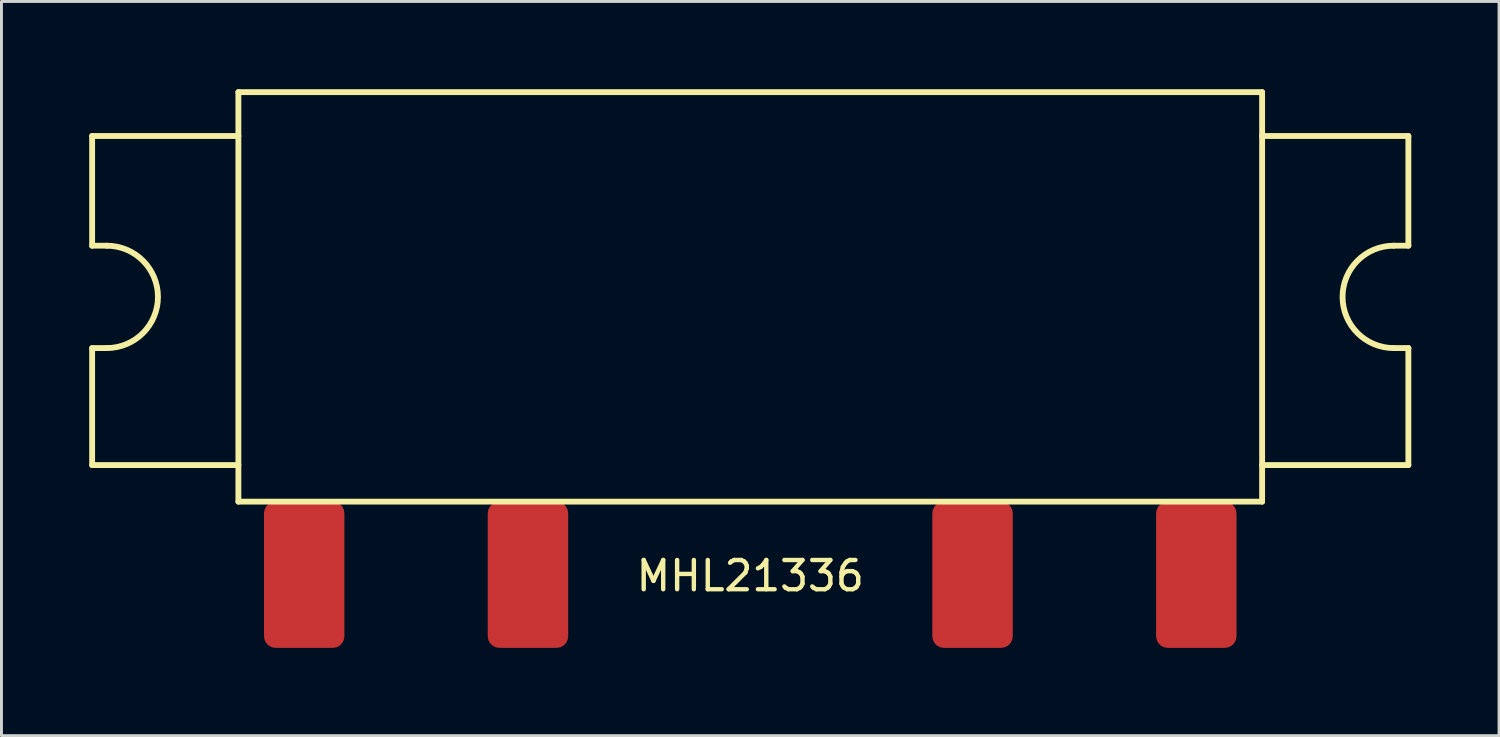
<source format=kicad_pcb>
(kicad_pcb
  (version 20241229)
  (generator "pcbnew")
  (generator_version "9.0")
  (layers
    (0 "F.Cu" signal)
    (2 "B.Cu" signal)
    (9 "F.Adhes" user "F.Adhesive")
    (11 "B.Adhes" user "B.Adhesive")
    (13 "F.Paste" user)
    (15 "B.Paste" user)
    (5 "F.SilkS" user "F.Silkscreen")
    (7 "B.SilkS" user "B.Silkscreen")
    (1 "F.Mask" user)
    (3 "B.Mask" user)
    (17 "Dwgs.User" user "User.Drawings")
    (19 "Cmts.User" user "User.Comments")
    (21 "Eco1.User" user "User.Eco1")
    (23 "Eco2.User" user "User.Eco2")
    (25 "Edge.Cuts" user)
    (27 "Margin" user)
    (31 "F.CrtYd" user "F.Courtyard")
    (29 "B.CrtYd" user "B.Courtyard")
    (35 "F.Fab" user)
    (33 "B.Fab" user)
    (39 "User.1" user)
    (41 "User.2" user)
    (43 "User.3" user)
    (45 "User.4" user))
  (footprint "MHL21336"
    (layer "F.Cu")
    (at 22.6 14.1)
    (property "Reference" "MHL21336" (at 0 2.54 0) (layer "F.SilkS") (effects (font (size 1 1) (thickness 0.15))))
    (attr through_hole)
    (fp_line (start -22.5 -12.5) (end -22.5 -8.75) (stroke (width 0.2) (type solid)) (layer "F.SilkS"))
    (fp_line (start -22.5 -8.75) (end -22 -8.75) (stroke (width 0.2) (type solid)) (layer "F.SilkS"))
    (fp_line (start -22.5 -5.25) (end -22 -5.25) (stroke (width 0.2) (type solid)) (layer "F.SilkS"))
    (fp_line (start -22.5 -1.25) (end -22.5 -5.25) (stroke (width 0.2) (type solid)) (layer "F.SilkS"))
    (fp_line (start -22.5 -1.25) (end -17.5 -1.25) (stroke (width 0.2) (type solid)) (layer "F.SilkS"))
    (fp_line (start -17.5 -14) (end -17.5 0) (stroke (width 0.2) (type solid)) (layer "F.SilkS"))
    (fp_line (start -17.5 -12.5) (end -22.5 -12.5) (stroke (width 0.2) (type solid)) (layer "F.SilkS"))
    (fp_line (start -17.5 0) (end 17.5 0) (stroke (width 0.2) (type solid)) (layer "F.SilkS"))
    (fp_line (start 17.5 -14) (end -17.5 -14) (stroke (width 0.2) (type solid)) (layer "F.SilkS"))
    (fp_line (start 17.5 -12.5) (end 22.5 -12.5) (stroke (width 0.2) (type solid)) (layer "F.SilkS"))
    (fp_line (start 17.5 -1.25) (end 22.5 -1.25) (stroke (width 0.2) (type solid)) (layer "F.SilkS"))
    (fp_line (start 17.5 0) (end 17.5 -14) (stroke (width 0.2) (type solid)) (layer "F.SilkS"))
    (fp_line (start 22.5 -12.5) (end 22.5 -8.75) (stroke (width 0.2) (type solid)) (layer "F.SilkS"))
    (fp_line (start 22.5 -8.75) (end 22 -8.75) (stroke (width 0.2) (type solid)) (layer "F.SilkS"))
    (fp_line (start 22.5 -5.25) (end 22 -5.25) (stroke (width 0.2) (type solid)) (layer "F.SilkS"))
    (fp_line (start 22.5 -1.25) (end 22.5 -5.25) (stroke (width 0.2) (type solid)) (layer "F.SilkS"))
    (fp_arc (start -22 -8.75) (mid -20.25 -7) (end -22 -5.25) (stroke (width 0.2) (type solid)) (layer "F.SilkS"))
    (fp_arc (start 22 -5.25) (mid 20.25 -7) (end 22 -8.75) (stroke (width 0.2) (type solid)) (layer "F.SilkS"))
    (pad "1" smd roundrect (at -15.25 2.5) (size 2.75 5) (layers "F.Cu" "F.Mask" "F.Paste") (roundrect_rratio 0.145))
    (pad "2" smd roundrect (at -7.6 2.5) (size 2.75 5) (layers "F.Cu" "F.Mask" "F.Paste") (roundrect_rratio 0.145))
    (pad "3" smd roundrect (at 7.6 2.5) (size 2.75 5) (layers "F.Cu" "F.Mask" "F.Paste") (roundrect_rratio 0.145))
    (pad "4" smd roundrect (at 15.25 2.5) (size 2.75 5) (layers "F.Cu" "F.Mask" "F.Paste") (roundrect_rratio 0.145)))
  (gr_rect
    (start -3 -3)
    (end 48.2 22.1)
    (stroke (width 0.1) (type default))
    (fill no)
    (layer "Edge.Cuts")))
</source>
